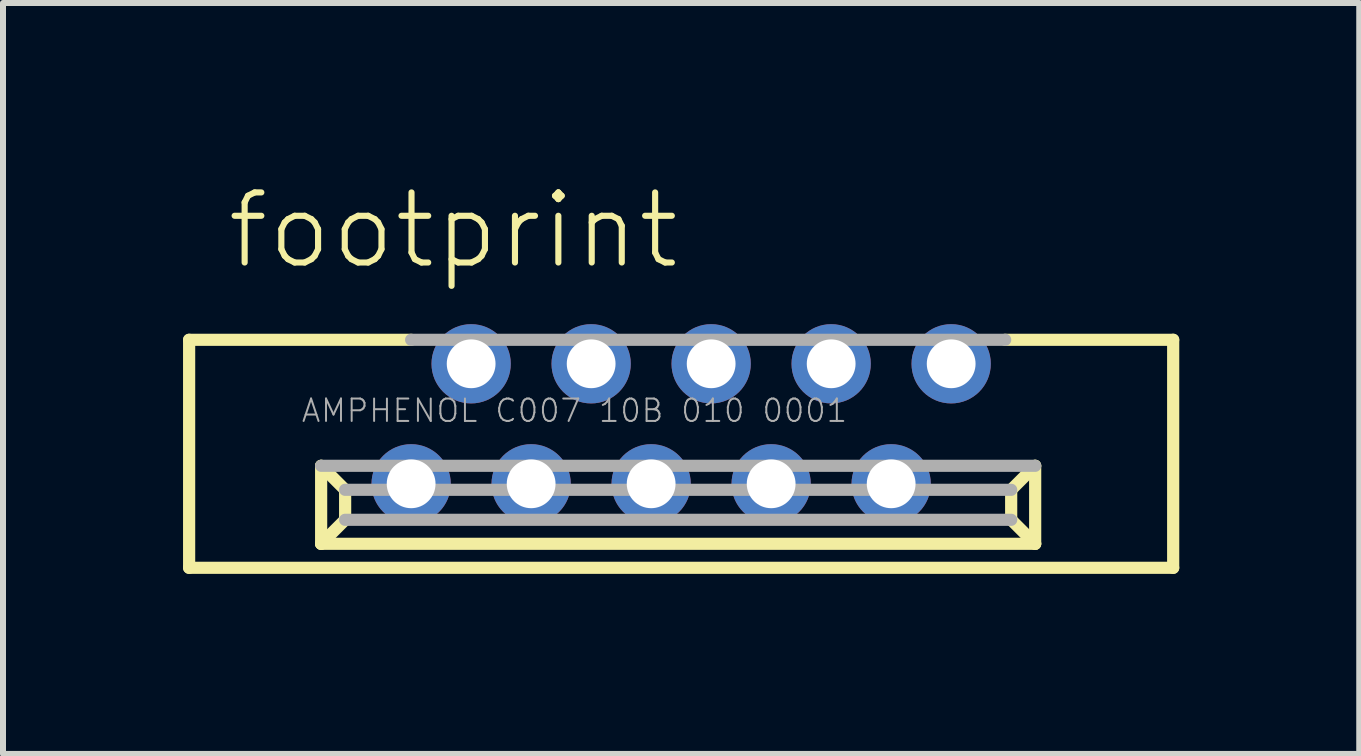
<source format=kicad_pcb>
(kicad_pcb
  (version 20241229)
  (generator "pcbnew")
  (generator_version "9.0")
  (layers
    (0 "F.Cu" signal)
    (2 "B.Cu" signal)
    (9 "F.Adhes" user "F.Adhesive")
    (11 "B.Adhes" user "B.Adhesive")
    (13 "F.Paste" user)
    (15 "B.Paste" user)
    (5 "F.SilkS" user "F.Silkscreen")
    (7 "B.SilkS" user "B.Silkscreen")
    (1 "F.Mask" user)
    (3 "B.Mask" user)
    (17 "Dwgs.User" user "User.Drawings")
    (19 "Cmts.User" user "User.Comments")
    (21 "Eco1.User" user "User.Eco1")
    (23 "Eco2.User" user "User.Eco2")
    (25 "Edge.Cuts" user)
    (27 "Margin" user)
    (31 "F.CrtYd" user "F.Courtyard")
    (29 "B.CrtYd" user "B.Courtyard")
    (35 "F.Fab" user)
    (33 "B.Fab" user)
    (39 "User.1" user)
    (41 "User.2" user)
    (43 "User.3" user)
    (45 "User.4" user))
  (footprint "footprint"
    (layer "F.Cu")
    (at 8.302 4.013)
    (property "Reference" "footprint" (at -7.62 -2.54 0) (layer "F.SilkS") (effects (font (size 1.168 1.168) (thickness 0.102)) (justify left bottom)))
    (fp_line (start -8.2 -1.4) (end -4.5 -1.4) (stroke (width 0.203) (type solid)) (layer "F.SilkS"))
    (fp_line (start -8.2 2.4) (end -8.2 -1.4) (stroke (width 0.203) (type solid)) (layer "F.SilkS"))
    (fp_line (start -6 0.7) (end -6 2) (stroke (width 0.203) (type solid)) (layer "F.SilkS"))
    (fp_line (start -6 0.7) (end -5.6 1.1) (stroke (width 0.203) (type solid)) (layer "F.SilkS"))
    (fp_line (start -6 2) (end -5.6 1.6) (stroke (width 0.203) (type solid)) (layer "F.SilkS"))
    (fp_line (start -5.6 1.6) (end -5.6 1.1) (stroke (width 0.203) (type solid)) (layer "F.SilkS"))
    (fp_line (start 5.4 -1.4) (end 8.2 -1.4) (stroke (width 0.203) (type solid)) (layer "F.SilkS"))
    (fp_line (start 5.5 1.1) (end 5.5 1.6) (stroke (width 0.203) (type solid)) (layer "F.SilkS"))
    (fp_line (start 5.9 0.7) (end 5.5 1.1) (stroke (width 0.203) (type solid)) (layer "F.SilkS"))
    (fp_line (start 5.9 2) (end -6 2) (stroke (width 0.203) (type solid)) (layer "F.SilkS"))
    (fp_line (start 5.9 2) (end 5.5 1.6) (stroke (width 0.203) (type solid)) (layer "F.SilkS"))
    (fp_line (start 5.9 2) (end 5.9 0.7) (stroke (width 0.203) (type solid)) (layer "F.SilkS"))
    (fp_line (start 8.2 -1.4) (end 8.2 2.4) (stroke (width 0.203) (type solid)) (layer "F.SilkS"))
    (fp_line (start 8.2 2.4) (end -8.2 2.4) (stroke (width 0.203) (type solid)) (layer "F.SilkS"))
    (fp_line (start -5.6 1.1) (end 5.5 1.1) (stroke (width 0.203) (type solid)) (layer "F.Fab"))
    (fp_line (start -4.5 -1.4) (end 5.4 -1.4) (stroke (width 0.203) (type solid)) (layer "F.Fab"))
    (fp_line (start 5.5 1.6) (end -5.6 1.6) (stroke (width 0.203) (type solid)) (layer "F.Fab"))
    (fp_line (start 5.9 0.7) (end -6 0.7) (stroke (width 0.203) (type solid)) (layer "F.Fab"))
    (fp_text user "AMPHENOL C007 10B 010 0001" (at -6.35 0 0) (layer "F.Fab") (effects (font (size 0.374 0.374) (thickness 0.033)) (justify left bottom)))
    (pad "1" thru_hole circle (at -4.5 1) (size 1.321 1.321) (drill 0.813) (layers "*.Cu" "*.Mask"))
    (pad "2" thru_hole circle (at -3.5 -1) (size 1.321 1.321) (drill 0.813) (layers "*.Cu" "*.Mask"))
    (pad "3" thru_hole circle (at -2.5 1) (size 1.321 1.321) (drill 0.813) (layers "*.Cu" "*.Mask"))
    (pad "4" thru_hole circle (at -1.5 -1) (size 1.321 1.321) (drill 0.813) (layers "*.Cu" "*.Mask"))
    (pad "5" thru_hole circle (at -0.5 1) (size 1.321 1.321) (drill 0.813) (layers "*.Cu" "*.Mask"))
    (pad "6" thru_hole circle (at 0.5 -1) (size 1.321 1.321) (drill 0.813) (layers "*.Cu" "*.Mask"))
    (pad "7" thru_hole circle (at 1.5 1) (size 1.321 1.321) (drill 0.813) (layers "*.Cu" "*.Mask"))
    (pad "8" thru_hole circle (at 2.5 -1) (size 1.321 1.321) (drill 0.813) (layers "*.Cu" "*.Mask"))
    (pad "9" thru_hole circle (at 3.5 1) (size 1.321 1.321) (drill 0.813) (layers "*.Cu" "*.Mask"))
    (pad "10" thru_hole circle (at 4.5 -1) (size 1.321 1.321) (drill 0.813) (layers "*.Cu" "*.Mask")))
  (gr_rect
    (start -3 -3)
    (end 19.603 9.515)
    (stroke (width 0.1) (type default))
    (fill no)
    (layer "Edge.Cuts")))
</source>
